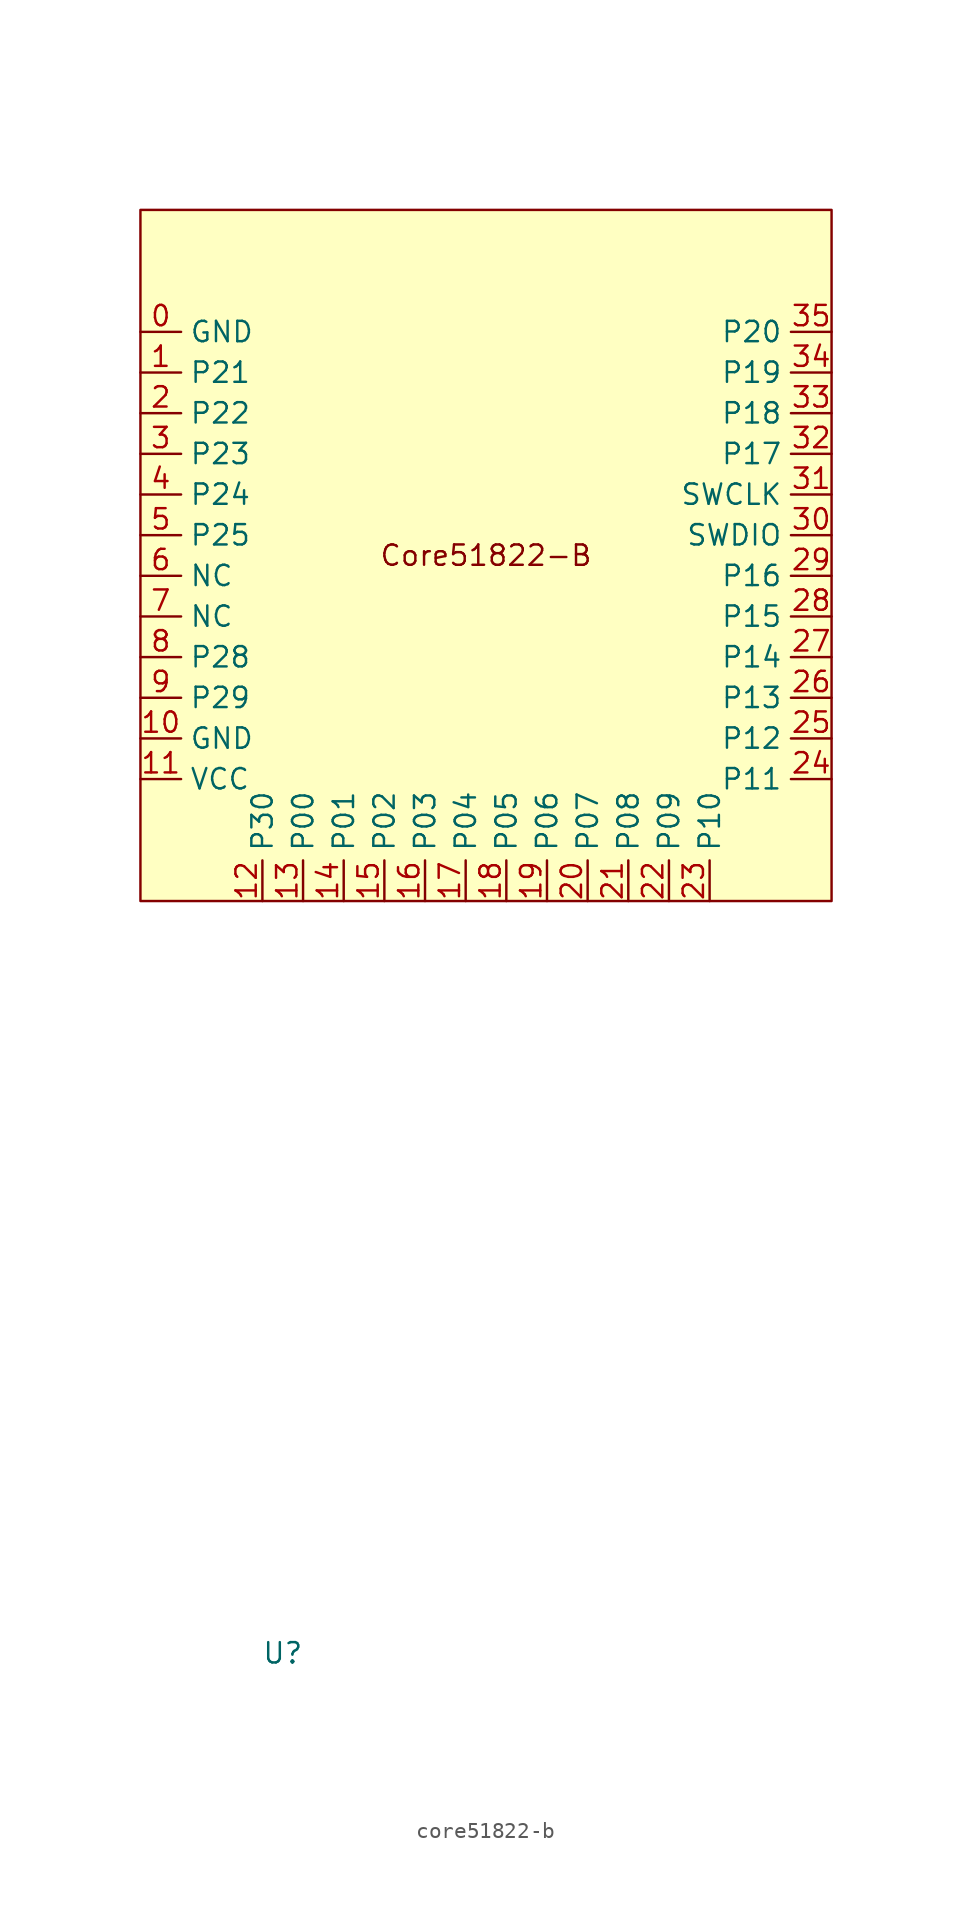
<source format=kicad_sym>
(kicad_symbol_lib
  (version 20220914)
  (generator kicad_symbol_editor)
  (symbol "core51822-b"
    (property "Reference" "U"
      (at 0 0 0)
      (effects (font (size 1.27 1.27))))
    (property "Value" ""
      (at 0 0 0)
      (effects (font (size 1.27 1.27))))
    (symbol "core51822-b_1_1"
      (rectangle (start -8.89 90.17) (end 34.29 46.99) (stroke (width 0) (type default)) (fill (type background)))
      (text "Core51822-B" (at 12.7 68.58 0) (effects (font (size 1.27 1.27))))
      (pin bidirectional line (at -8.89 82.55 0) (length 2.54) (name "GND" (effects (font (size 1.27 1.27)))) (number "0" (effects (font (size 1.27 1.27)))))
      (pin bidirectional line (at -8.89 80.01 0) (length 2.54) (name "P21" (effects (font (size 1.27 1.27)))) (number "1" (effects (font (size 1.27 1.27)))))
      (pin bidirectional line (at -8.89 57.15 0) (length 2.54) (name "GND" (effects (font (size 1.27 1.27)))) (number "10" (effects (font (size 1.27 1.27)))))
      (pin bidirectional line (at -8.89 54.61 0) (length 2.54) (name "VCC" (effects (font (size 1.27 1.27)))) (number "11" (effects (font (size 1.27 1.27)))))
      (pin bidirectional line (at -1.27 46.99 90) (length 2.54) (name "P30" (effects (font (size 1.27 1.27)))) (number "12" (effects (font (size 1.27 1.27)))))
      (pin bidirectional line (at 1.27 46.99 90) (length 2.54) (name "P00" (effects (font (size 1.27 1.27)))) (number "13" (effects (font (size 1.27 1.27)))))
      (pin bidirectional line (at 3.81 46.99 90) (length 2.54) (name "P01" (effects (font (size 1.27 1.27)))) (number "14" (effects (font (size 1.27 1.27)))))
      (pin bidirectional line (at 6.35 46.99 90) (length 2.54) (name "P02" (effects (font (size 1.27 1.27)))) (number "15" (effects (font (size 1.27 1.27)))))
      (pin bidirectional line (at 8.89 46.99 90) (length 2.54) (name "P03" (effects (font (size 1.27 1.27)))) (number "16" (effects (font (size 1.27 1.27)))))
      (pin bidirectional line (at 11.43 46.99 90) (length 2.54) (name "P04" (effects (font (size 1.27 1.27)))) (number "17" (effects (font (size 1.27 1.27)))))
      (pin bidirectional line (at 13.97 46.99 90) (length 2.54) (name "P05" (effects (font (size 1.27 1.27)))) (number "18" (effects (font (size 1.27 1.27)))))
      (pin bidirectional line (at 16.51 46.99 90) (length 2.54) (name "P06" (effects (font (size 1.27 1.27)))) (number "19" (effects (font (size 1.27 1.27)))))
      (pin bidirectional line (at -8.89 77.47 0) (length 2.54) (name "P22" (effects (font (size 1.27 1.27)))) (number "2" (effects (font (size 1.27 1.27)))))
      (pin bidirectional line (at 19.05 46.99 90) (length 2.54) (name "P07" (effects (font (size 1.27 1.27)))) (number "20" (effects (font (size 1.27 1.27)))))
      (pin bidirectional line (at 21.59 46.99 90) (length 2.54) (name "P08" (effects (font (size 1.27 1.27)))) (number "21" (effects (font (size 1.27 1.27)))))
      (pin bidirectional line (at 24.13 46.99 90) (length 2.54) (name "P09" (effects (font (size 1.27 1.27)))) (number "22" (effects (font (size 1.27 1.27)))))
      (pin bidirectional line (at 26.67 46.99 90) (length 2.54) (name "P10" (effects (font (size 1.27 1.27)))) (number "23" (effects (font (size 1.27 1.27)))))
      (pin bidirectional line (at 34.29 54.61 180) (length 2.54) (name "P11" (effects (font (size 1.27 1.27)))) (number "24" (effects (font (size 1.27 1.27)))))
      (pin bidirectional line (at 34.29 57.15 180) (length 2.54) (name "P12" (effects (font (size 1.27 1.27)))) (number "25" (effects (font (size 1.27 1.27)))))
      (pin bidirectional line (at 34.29 59.69 180) (length 2.54) (name "P13" (effects (font (size 1.27 1.27)))) (number "26" (effects (font (size 1.27 1.27)))))
      (pin bidirectional line (at 34.29 62.23 180) (length 2.54) (name "P14" (effects (font (size 1.27 1.27)))) (number "27" (effects (font (size 1.27 1.27)))))
      (pin bidirectional line (at 34.29 64.77 180) (length 2.54) (name "P15" (effects (font (size 1.27 1.27)))) (number "28" (effects (font (size 1.27 1.27)))))
      (pin bidirectional line (at 34.29 67.31 180) (length 2.54) (name "P16" (effects (font (size 1.27 1.27)))) (number "29" (effects (font (size 1.27 1.27)))))
      (pin bidirectional line (at -8.89 74.93 0) (length 2.54) (name "P23" (effects (font (size 1.27 1.27)))) (number "3" (effects (font (size 1.27 1.27)))))
      (pin bidirectional line (at 34.29 69.85 180) (length 2.54) (name "SWDIO" (effects (font (size 1.27 1.27)))) (number "30" (effects (font (size 1.27 1.27)))))
      (pin bidirectional line (at 34.29 72.39 180) (length 2.54) (name "SWCLK" (effects (font (size 1.27 1.27)))) (number "31" (effects (font (size 1.27 1.27)))))
      (pin bidirectional line (at 34.29 74.93 180) (length 2.54) (name "P17" (effects (font (size 1.27 1.27)))) (number "32" (effects (font (size 1.27 1.27)))))
      (pin bidirectional line (at 34.29 77.47 180) (length 2.54) (name "P18" (effects (font (size 1.27 1.27)))) (number "33" (effects (font (size 1.27 1.27)))))
      (pin bidirectional line (at 34.29 80.01 180) (length 2.54) (name "P19" (effects (font (size 1.27 1.27)))) (number "34" (effects (font (size 1.27 1.27)))))
      (pin bidirectional line (at 34.29 82.55 180) (length 2.54) (name "P20" (effects (font (size 1.27 1.27)))) (number "35" (effects (font (size 1.27 1.27)))))
      (pin bidirectional line (at -8.89 72.39 0) (length 2.54) (name "P24" (effects (font (size 1.27 1.27)))) (number "4" (effects (font (size 1.27 1.27)))))
      (pin bidirectional line (at -8.89 69.85 0) (length 2.54) (name "P25" (effects (font (size 1.27 1.27)))) (number "5" (effects (font (size 1.27 1.27)))))
      (pin bidirectional line (at -8.89 67.31 0) (length 2.54) (name "NC" (effects (font (size 1.27 1.27)))) (number "6" (effects (font (size 1.27 1.27)))))
      (pin bidirectional line (at -8.89 64.77 0) (length 2.54) (name "NC" (effects (font (size 1.27 1.27)))) (number "7" (effects (font (size 1.27 1.27)))))
      (pin bidirectional line (at -8.89 62.23 0) (length 2.54) (name "P28" (effects (font (size 1.27 1.27)))) (number "8" (effects (font (size 1.27 1.27)))))
      (pin bidirectional line (at -8.89 59.69 0) (length 2.54) (name "P29" (effects (font (size 1.27 1.27)))) (number "9" (effects (font (size 1.27 1.27))))))))
</source>
